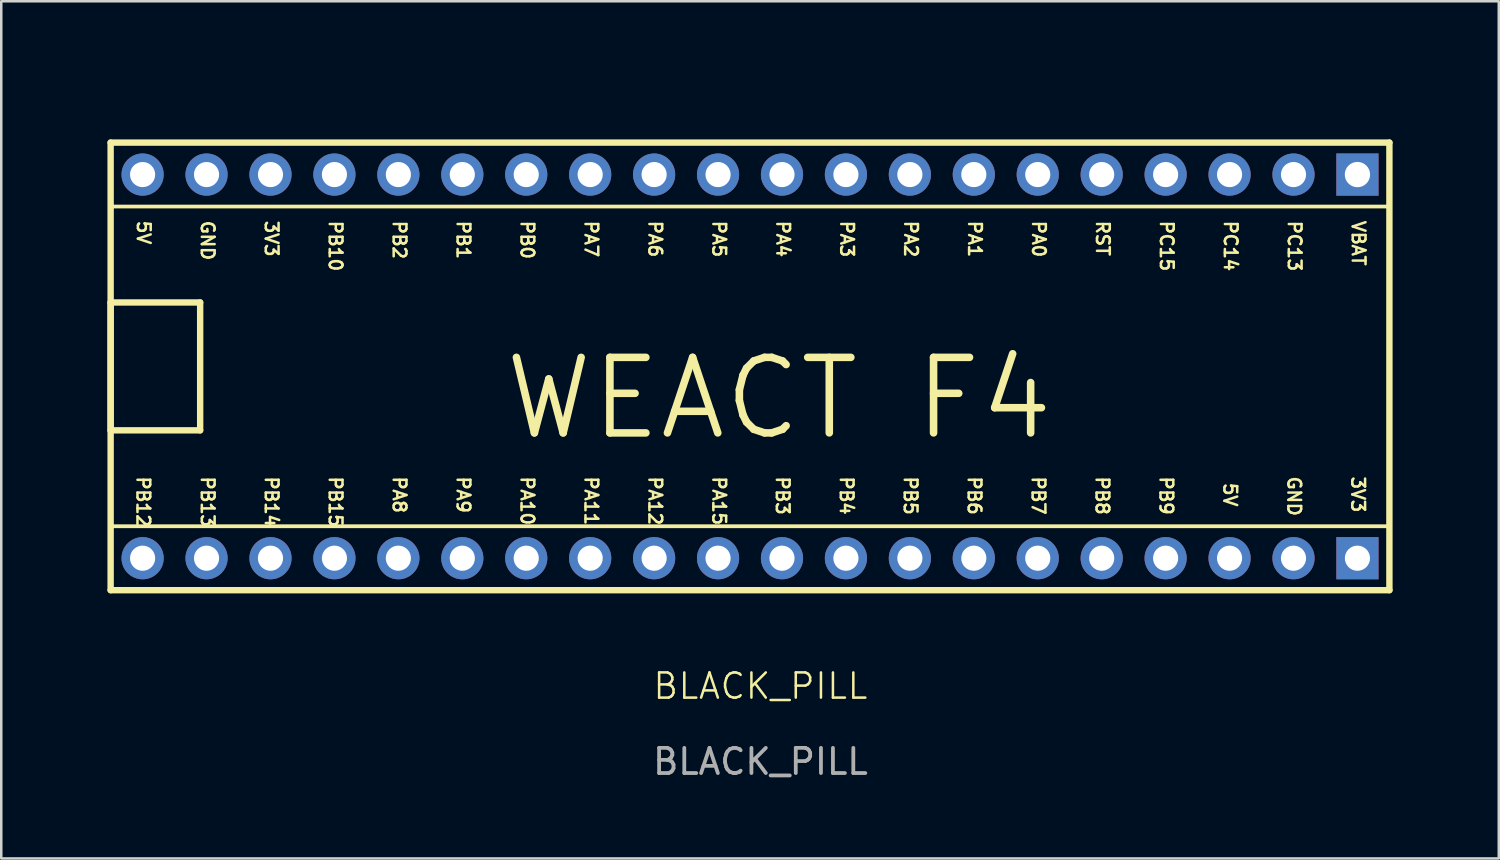
<source format=kicad_pcb>
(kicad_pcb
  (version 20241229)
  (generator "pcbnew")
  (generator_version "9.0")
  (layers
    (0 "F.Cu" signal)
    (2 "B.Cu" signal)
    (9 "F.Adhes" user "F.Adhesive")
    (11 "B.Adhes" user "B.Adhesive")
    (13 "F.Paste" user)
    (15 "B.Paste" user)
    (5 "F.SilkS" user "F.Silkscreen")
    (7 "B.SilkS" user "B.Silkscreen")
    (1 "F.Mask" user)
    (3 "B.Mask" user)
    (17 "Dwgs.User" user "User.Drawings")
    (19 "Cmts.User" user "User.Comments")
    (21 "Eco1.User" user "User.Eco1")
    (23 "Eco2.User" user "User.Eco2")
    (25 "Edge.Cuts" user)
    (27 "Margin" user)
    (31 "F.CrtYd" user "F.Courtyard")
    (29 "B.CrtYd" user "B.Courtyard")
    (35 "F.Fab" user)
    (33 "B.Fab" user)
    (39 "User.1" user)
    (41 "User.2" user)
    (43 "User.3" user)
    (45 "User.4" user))
  (footprint "BLACK_PILL"
    (layer "F.Cu")
    (at 27.258 11.505)
    (property "Reference" "BLACK_PILL" (at -0.1 12.7 0) (unlocked yes) (layer "F.SilkS") (effects (font (size 1 1) (thickness 0.1))))
    (attr through_hole)
    (fp_line (start -25.913 -8.89) (end 24.887 -8.89) (stroke (width 0.15) (type solid)) (layer "F.SilkS"))
    (fp_line (start -25.913 -8.89) (end 24.887 -8.89) (stroke (width 0.254) (type solid)) (layer "F.SilkS"))
    (fp_line (start -25.913 -6.35) (end -25.913 -8.89) (stroke (width 0.15) (type solid)) (layer "F.SilkS"))
    (fp_line (start -25.913 -6.35) (end 24.887 -6.35) (stroke (width 0.15) (type solid)) (layer "F.SilkS"))
    (fp_line (start -25.913 -2.54) (end -22.357 -2.54) (stroke (width 0.254) (type solid)) (layer "F.SilkS"))
    (fp_line (start -25.913 2.54) (end -25.913 -2.54) (stroke (width 0.254) (type solid)) (layer "F.SilkS"))
    (fp_line (start -25.913 2.54) (end -22.357 2.54) (stroke (width 0.254) (type solid)) (layer "F.SilkS"))
    (fp_line (start -25.913 6.35) (end 24.887 6.35) (stroke (width 0.15) (type solid)) (layer "F.SilkS"))
    (fp_line (start -25.913 8.89) (end -25.913 -8.89) (stroke (width 0.254) (type solid)) (layer "F.SilkS"))
    (fp_line (start -25.913 8.89) (end -25.913 6.35) (stroke (width 0.15) (type solid)) (layer "F.SilkS"))
    (fp_line (start -25.913 8.89) (end 24.887 8.89) (stroke (width 0.15) (type solid)) (layer "F.SilkS"))
    (fp_line (start -25.913 8.89) (end 24.887 8.89) (stroke (width 0.254) (type solid)) (layer "F.SilkS"))
    (fp_line (start -22.357 2.54) (end -22.357 -2.54) (stroke (width 0.254) (type solid)) (layer "F.SilkS"))
    (fp_line (start 24.887 -6.35) (end 24.887 -8.89) (stroke (width 0.15) (type solid)) (layer "F.SilkS"))
    (fp_line (start 24.887 8.89) (end 24.887 -8.89) (stroke (width 0.254) (type solid)) (layer "F.SilkS"))
    (fp_line (start 24.887 8.89) (end 24.887 6.35) (stroke (width 0.15) (type solid)) (layer "F.SilkS"))
    (fp_line (start -27.183 -11.43) (end 26.157 -11.43) (stroke (width 0.15) (type solid)) (layer "Eco1.User"))
    (fp_line (start -27.183 11.43) (end -27.183 -11.43) (stroke (width 0.15) (type solid)) (layer "Eco1.User"))
    (fp_line (start -27.183 11.43) (end 26.157 11.43) (stroke (width 0.15) (type solid)) (layer "Eco1.User"))
    (fp_line (start 26.157 11.43) (end 26.157 -11.43) (stroke (width 0.15) (type solid)) (layer "Eco1.User"))
    (fp_text user "PA4" (at 0.503 -5.842 270) (unlocked yes) (layer "F.SilkS") (effects (font (size 0.508 0.508) (thickness 0.1)) (justify left bottom)))
    (fp_text user "PB7" (at 10.646 4.318 270) (unlocked yes) (layer "F.SilkS") (effects (font (size 0.508 0.508) (thickness 0.1)) (justify left bottom)))
    (fp_text user "PB10" (at -17.277 -5.842 270) (unlocked yes) (layer "F.SilkS") (effects (font (size 0.508 0.508) (thickness 0.1)) (justify left bottom)))
    (fp_text user "PA10" (at -9.657 4.318 270) (unlocked yes) (layer "F.SilkS") (effects (font (size 0.508 0.508) (thickness 0.1)) (justify left bottom)))
    (fp_text user "PB13" (at -22.357 4.318 270) (unlocked yes) (layer "F.SilkS") (effects (font (size 0.508 0.508) (thickness 0.1)) (justify left bottom)))
    (fp_text user "GND" (at -22.357 -5.842 270) (unlocked yes) (layer "F.SilkS") (effects (font (size 0.508 0.508) (thickness 0.1)) (justify left bottom)))
    (fp_text user "PB3" (at 0.486 4.318 270) (unlocked yes) (layer "F.SilkS") (effects (font (size 0.508 0.508) (thickness 0.1)) (justify left bottom)))
    (fp_text user "PA6" (at -4.577 -5.842 270) (unlocked yes) (layer "F.SilkS") (effects (font (size 0.508 0.508) (thickness 0.1)) (justify left bottom)))
    (fp_text user "PA7" (at -7.117 -5.842 270) (unlocked yes) (layer "F.SilkS") (effects (font (size 0.508 0.508) (thickness 0.1)) (justify left bottom)))
    (fp_text user "PB0" (at -9.657 -5.842 270) (unlocked yes) (layer "F.SilkS") (effects (font (size 0.508 0.508) (thickness 0.1)) (justify left bottom)))
    (fp_text user "PA11" (at -7.117 4.318 270) (unlocked yes) (layer "F.SilkS") (effects (font (size 0.508 0.508) (thickness 0.1)) (justify left bottom)))
    (fp_text user "5V" (at -24.897 -5.842 270) (unlocked yes) (layer "F.SilkS") (effects (font (size 0.508 0.508) (thickness 0.1)) (justify left bottom)))
    (fp_text user "PB8" (at 13.186 4.318 270) (unlocked yes) (layer "F.SilkS") (effects (font (size 0.508 0.508) (thickness 0.1)) (justify left bottom)))
    (fp_text user "PC13" (at 20.823 -5.842 270) (unlocked yes) (layer "F.SilkS") (effects (font (size 0.508 0.508) (thickness 0.1)) (justify left bottom)))
    (fp_text user "3V3" (at -19.817 -5.842 270) (unlocked yes) (layer "F.SilkS") (effects (font (size 0.508 0.508) (thickness 0.1)) (justify left bottom)))
    (fp_text user "RST" (at 13.203 -5.842 270) (unlocked yes) (layer "F.SilkS") (effects (font (size 0.508 0.508) (thickness 0.1)) (justify left bottom)))
    (fp_text user "PB4" (at 3.026 4.318 270) (unlocked yes) (layer "F.SilkS") (effects (font (size 0.508 0.508) (thickness 0.1)) (justify left bottom)))
    (fp_text user "PA8" (at -14.737 4.318 270) (unlocked yes) (layer "F.SilkS") (effects (font (size 0.508 0.508) (thickness 0.1)) (justify left bottom)))
    (fp_text user "PA3" (at 3.043 -5.842 270) (unlocked yes) (layer "F.SilkS") (effects (font (size 0.508 0.508) (thickness 0.1)) (justify left bottom)))
    (fp_text user "5V" (at 18.265 4.572 270) (unlocked yes) (layer "F.SilkS") (effects (font (size 0.508 0.508) (thickness 0.1)) (justify left bottom)))
    (fp_text user "PB14" (at -19.817 4.318 270) (unlocked yes) (layer "F.SilkS") (effects (font (size 0.508 0.508) (thickness 0.1)) (justify left bottom)))
    (fp_text user "PA1" (at 8.123 -5.842 270) (unlocked yes) (layer "F.SilkS") (effects (font (size 0.508 0.508) (thickness 0.1)) (justify left bottom)))
    (fp_text user "PC14" (at 18.283 -5.842 270) (unlocked yes) (layer "F.SilkS") (effects (font (size 0.508 0.508) (thickness 0.1)) (justify left bottom)))
    (fp_text user "PA5" (at -2.037 -5.842 270) (unlocked yes) (layer "F.SilkS") (effects (font (size 0.508 0.508) (thickness 0.1)) (justify left bottom)))
    (fp_text user "PA15" (at -2.037 4.318 270) (unlocked yes) (layer "F.SilkS") (effects (font (size 0.508 0.508) (thickness 0.1)) (justify left bottom)))
    (fp_text user "GND" (at 20.806 4.318 270) (unlocked yes) (layer "F.SilkS") (effects (font (size 0.508 0.508) (thickness 0.1)) (justify left bottom)))
    (fp_text user "PC15" (at 15.743 -5.842 270) (unlocked yes) (layer "F.SilkS") (effects (font (size 0.508 0.508) (thickness 0.1)) (justify left bottom)))
    (fp_text user "PA2" (at 5.583 -5.842 270) (unlocked yes) (layer "F.SilkS") (effects (font (size 0.508 0.508) (thickness 0.1)) (justify left bottom)))
    (fp_text user "PB1" (at -12.197 -5.842 270) (unlocked yes) (layer "F.SilkS") (effects (font (size 0.508 0.508) (thickness 0.1)) (justify left bottom)))
    (fp_text user "PB12" (at -24.914 4.318 270) (unlocked yes) (layer "F.SilkS") (effects (font (size 0.508 0.508) (thickness 0.1)) (justify left bottom)))
    (fp_text user "PB9" (at 15.726 4.318 270) (unlocked yes) (layer "F.SilkS") (effects (font (size 0.508 0.508) (thickness 0.1)) (justify left bottom)))
    (fp_text user "3V3" (at 23.345 4.318 270) (unlocked yes) (layer "F.SilkS") (effects (font (size 0.508 0.508) (thickness 0.1)) (justify left bottom)))
    (fp_text user "VBAT" (at 23.363 -5.842 270) (unlocked yes) (layer "F.SilkS") (effects (font (size 0.508 0.508) (thickness 0.1)) (justify left bottom)))
    (fp_text user "PA0" (at 10.663 -5.842 270) (unlocked yes) (layer "F.SilkS") (effects (font (size 0.508 0.508) (thickness 0.1)) (justify left bottom)))
    (fp_text user "PA9" (at -12.197 4.318 270) (unlocked yes) (layer "F.SilkS") (effects (font (size 0.508 0.508) (thickness 0.1)) (justify left bottom)))
    (fp_text user "PB5" (at 5.566 4.318 270) (unlocked yes) (layer "F.SilkS") (effects (font (size 0.508 0.508) (thickness 0.1)) (justify left bottom)))
    (fp_text user "WEACT F4" (at -10.419 3.024 0) (unlocked yes) (layer "F.SilkS") (effects (font (size 3 3) (thickness 0.3)) (justify left bottom)))
    (fp_text user "PB6" (at 8.106 4.318 270) (unlocked yes) (layer "F.SilkS") (effects (font (size 0.508 0.508) (thickness 0.1)) (justify left bottom)))
    (fp_text user "PB15" (at -17.277 4.318 270) (unlocked yes) (layer "F.SilkS") (effects (font (size 0.508 0.508) (thickness 0.1)) (justify left bottom)))
    (fp_text user "PB2" (at -14.737 -5.842 270) (unlocked yes) (layer "F.SilkS") (effects (font (size 0.508 0.508) (thickness 0.1)) (justify left bottom)))
    (fp_text user "PA12" (at -4.577 4.318 270) (unlocked yes) (layer "F.SilkS") (effects (font (size 0.508 0.508) (thickness 0.1)) (justify left bottom)))
    (fp_text user "${REFERENCE}" (at -0.1 15.7 0) (unlocked yes) (layer "F.Fab") (effects (font (size 1 1) (thickness 0.15))))
    (pad "3V3_1" thru_hole circle (at -19.563 -7.62 270) (size 1.676 1.676) (drill 1) (layers "*.Cu" "*.Mask"))
    (pad "3V3_2" thru_hole rect (at 23.617 7.62 270) (size 1.676 1.676) (drill 1) (layers "*.Cu" "*.Mask"))
    (pad "5V_1" thru_hole circle (at -24.643 -7.62 270) (size 1.676 1.676) (drill 1) (layers "*.Cu" "*.Mask"))
    (pad "5V_2" thru_hole circle (at 18.537 7.62 270) (size 1.676 1.676) (drill 1) (layers "*.Cu" "*.Mask"))
    (pad "GND_1" thru_hole circle (at -22.103 -7.62 270) (size 1.676 1.676) (drill 1) (layers "*.Cu" "*.Mask"))
    (pad "GND_3" thru_hole circle (at 21.077 7.62 270) (size 1.676 1.676) (drill 1) (layers "*.Cu" "*.Mask"))
    (pad "PA0" thru_hole circle (at 10.917 -7.62 270) (size 1.676 1.676) (drill 1) (layers "*.Cu" "*.Mask"))
    (pad "PA1" thru_hole circle (at 8.377 -7.62 270) (size 1.676 1.676) (drill 1) (layers "*.Cu" "*.Mask"))
    (pad "PA2" thru_hole circle (at 5.837 -7.62 270) (size 1.676 1.676) (drill 1) (layers "*.Cu" "*.Mask"))
    (pad "PA3" thru_hole circle (at 3.297 -7.62 270) (size 1.676 1.676) (drill 1) (layers "*.Cu" "*.Mask"))
    (pad "PA4" thru_hole circle (at 0.757 -7.62 270) (size 1.676 1.676) (drill 1) (layers "*.Cu" "*.Mask"))
    (pad "PA5" thru_hole circle (at -1.783 -7.62 270) (size 1.676 1.676) (drill 1) (layers "*.Cu" "*.Mask"))
    (pad "PA6" thru_hole circle (at -4.323 -7.62 270) (size 1.676 1.676) (drill 1) (layers "*.Cu" "*.Mask"))
    (pad "PA7" thru_hole circle (at -6.863 -7.62 270) (size 1.676 1.676) (drill 1) (layers "*.Cu" "*.Mask"))
    (pad "PA8" thru_hole circle (at -14.483 7.62 270) (size 1.676 1.676) (drill 1) (layers "*.Cu" "*.Mask"))
    (pad "PA9" thru_hole circle (at -11.943 7.62 270) (size 1.676 1.676) (drill 1) (layers "*.Cu" "*.Mask"))
    (pad "PA10" thru_hole circle (at -9.403 7.62 270) (size 1.676 1.676) (drill 1) (layers "*.Cu" "*.Mask"))
    (pad "PA11" thru_hole circle (at -6.863 7.62 270) (size 1.676 1.676) (drill 1) (layers "*.Cu" "*.Mask"))
    (pad "PA12" thru_hole circle (at -4.323 7.62 270) (size 1.676 1.676) (drill 1) (layers "*.Cu" "*.Mask"))
    (pad "PA15" thru_hole circle (at -1.783 7.62 270) (size 1.676 1.676) (drill 1) (layers "*.Cu" "*.Mask"))
    (pad "PB0" thru_hole circle (at -9.403 -7.62 270) (size 1.676 1.676) (drill 1) (layers "*.Cu" "*.Mask"))
    (pad "PB1" thru_hole circle (at -11.943 -7.62 270) (size 1.676 1.676) (drill 1) (layers "*.Cu" "*.Mask"))
    (pad "PB2" thru_hole circle (at -14.483 -7.62 270) (size 1.676 1.676) (drill 1) (layers "*.Cu" "*.Mask"))
    (pad "PB3" thru_hole circle (at 0.757 7.62 270) (size 1.676 1.676) (drill 1) (layers "*.Cu" "*.Mask"))
    (pad "PB4" thru_hole circle (at 3.297 7.62 270) (size 1.676 1.676) (drill 1) (layers "*.Cu" "*.Mask"))
    (pad "PB5" thru_hole circle (at 5.837 7.62 270) (size 1.676 1.676) (drill 1) (layers "*.Cu" "*.Mask"))
    (pad "PB6" thru_hole circle (at 8.377 7.62 270) (size 1.676 1.676) (drill 1) (layers "*.Cu" "*.Mask"))
    (pad "PB7" thru_hole circle (at 10.917 7.62 270) (size 1.676 1.676) (drill 1) (layers "*.Cu" "*.Mask"))
    (pad "PB8" thru_hole circle (at 13.457 7.62 270) (size 1.676 1.676) (drill 1) (layers "*.Cu" "*.Mask"))
    (pad "PB9" thru_hole circle (at 15.997 7.62 270) (size 1.676 1.676) (drill 1) (layers "*.Cu" "*.Mask"))
    (pad "PB10" thru_hole circle (at -17.023 -7.62 270) (size 1.676 1.676) (drill 1) (layers "*.Cu" "*.Mask"))
    (pad "PB12" thru_hole circle (at -24.643 7.62 270) (size 1.676 1.676) (drill 1) (layers "*.Cu" "*.Mask"))
    (pad "PB13" thru_hole circle (at -22.103 7.62 270) (size 1.676 1.676) (drill 1) (layers "*.Cu" "*.Mask"))
    (pad "PB14" thru_hole circle (at -19.563 7.62 270) (size 1.676 1.676) (drill 1) (layers "*.Cu" "*.Mask"))
    (pad "PB15" thru_hole circle (at -17.023 7.62 270) (size 1.676 1.676) (drill 1) (layers "*.Cu" "*.Mask"))
    (pad "PC13" thru_hole circle (at 21.077 -7.62 270) (size 1.676 1.676) (drill 1) (layers "*.Cu" "*.Mask"))
    (pad "PC14" thru_hole circle (at 18.537 -7.62 270) (size 1.676 1.676) (drill 1) (layers "*.Cu" "*.Mask"))
    (pad "PC15" thru_hole circle (at 15.997 -7.62 270) (size 1.676 1.676) (drill 1) (layers "*.Cu" "*.Mask"))
    (pad "RST" thru_hole circle (at 13.457 -7.62 270) (size 1.676 1.676) (drill 1) (layers "*.Cu" "*.Mask"))
    (pad "VBAT" thru_hole rect (at 23.617 -7.62 270) (size 1.676 1.676) (drill 1.006) (layers "*.Cu" "*.Mask")))
  (gr_rect
    (start -3 -3)
    (end 56.49 31.053)
    (stroke (width 0.1) (type default))
    (fill no)
    (layer "Edge.Cuts")))
</source>
